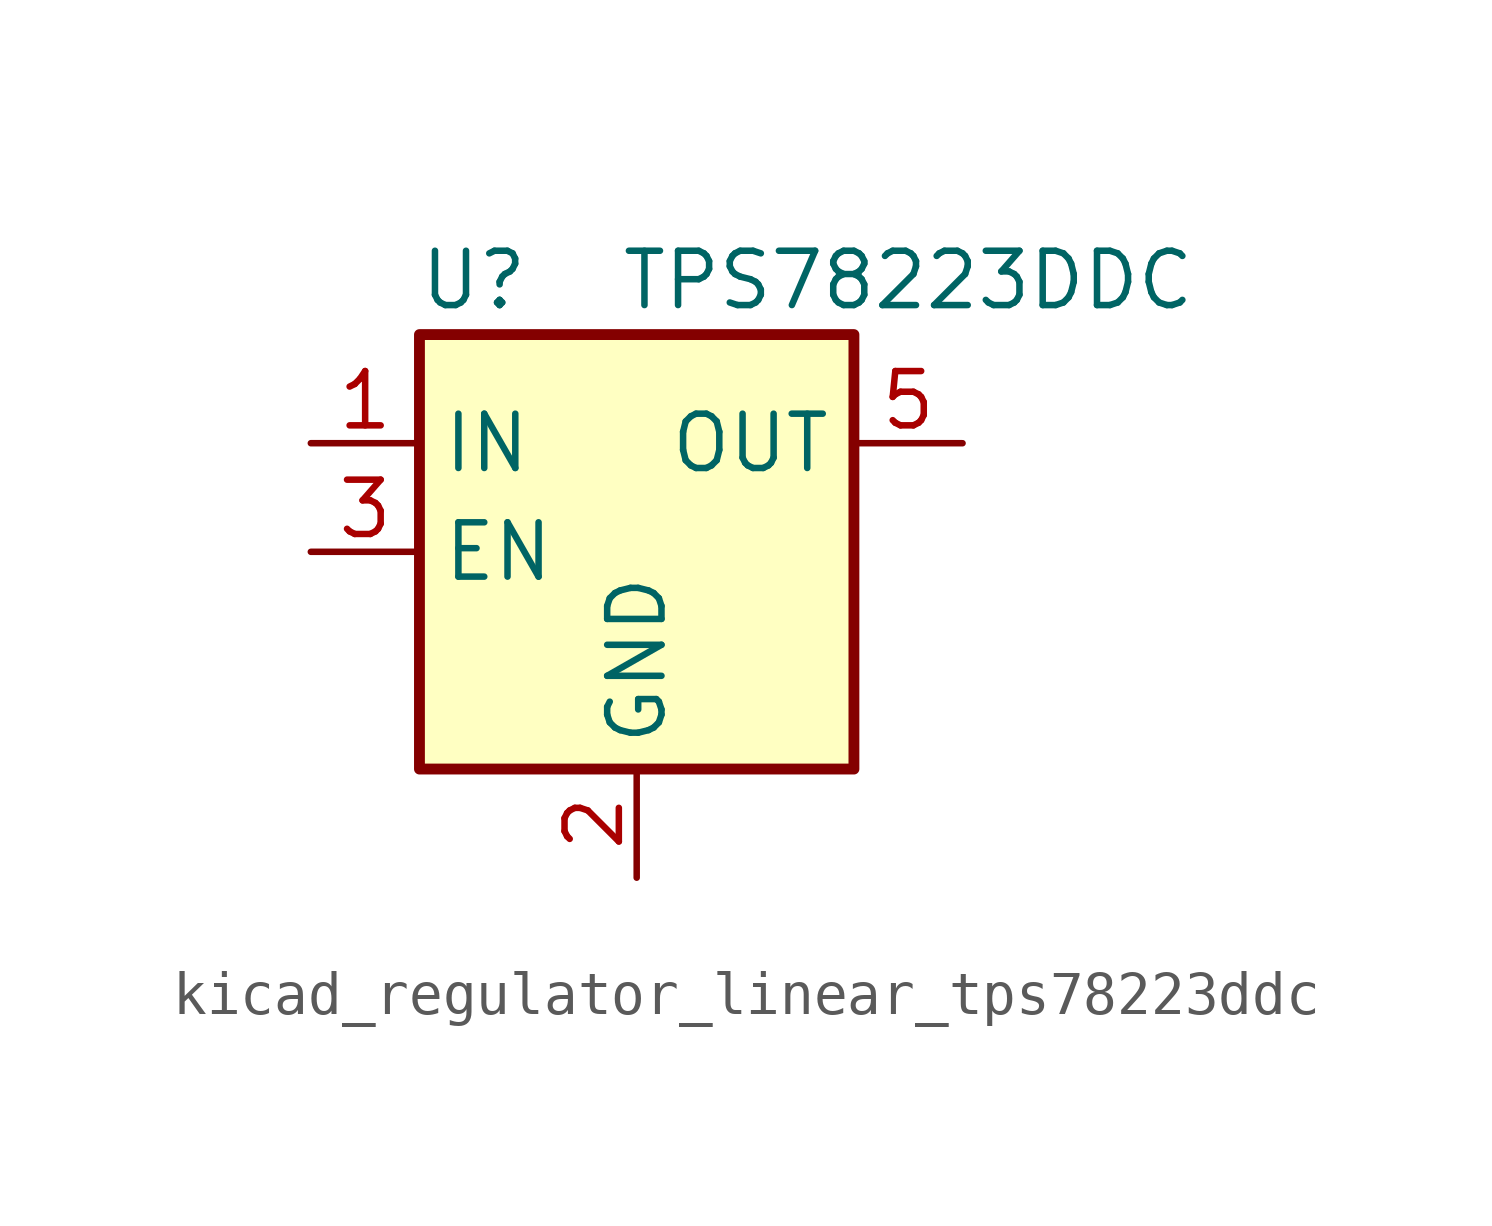
<source format=kicad_sym>
(kicad_symbol_lib
  (version 20220914)
  (generator kicad_symbol_editor)
  (symbol "kicad_regulator_linear_tps78223ddc"
    (property "Reference" "U"
      (at -3.81 6.35 0)
      (effects (font (size 1.27 1.27))))
    (property "Value" "TPS78223DDC"
      (at 6.35 6.35 0)
      (effects (font (size 1.27 1.27))))
    (symbol "kicad_regulator_linear_tps78223ddc_0_1"
      (rectangle (start -5.08 -5.08) (end 5.08 5.08) (stroke (width 0.254) (type default)) (fill (type background)))
      (pin power_in line (at -7.62 2.54 0) (length 2.54) (name "IN" (effects (font (size 1.27 1.27)))) (number "1" (effects (font (size 1.27 1.27)))))
      (pin power_in line (at 0 -7.62 90) (length 2.54) (name "GND" (effects (font (size 1.27 1.27)))) (number "2" (effects (font (size 1.27 1.27)))))
      (pin input line (at -7.62 0 0) (length 2.54) (name "EN" (effects (font (size 1.27 1.27)))) (number "3" (effects (font (size 1.27 1.27)))))
      (pin power_out line (at 7.62 2.54 180) (length 2.54) (name "OUT" (effects (font (size 1.27 1.27)))) (number "5" (effects (font (size 1.27 1.27))))))
    (symbol "kicad_regulator_linear_tps78223ddc_1_1"
      (pin passive line (at 0 -7.62 90) (length 2.54) hide (name "GND" (effects (font (size 1.27 1.27)))) (number "4" (effects (font (size 1.27 1.27))))))))
</source>
